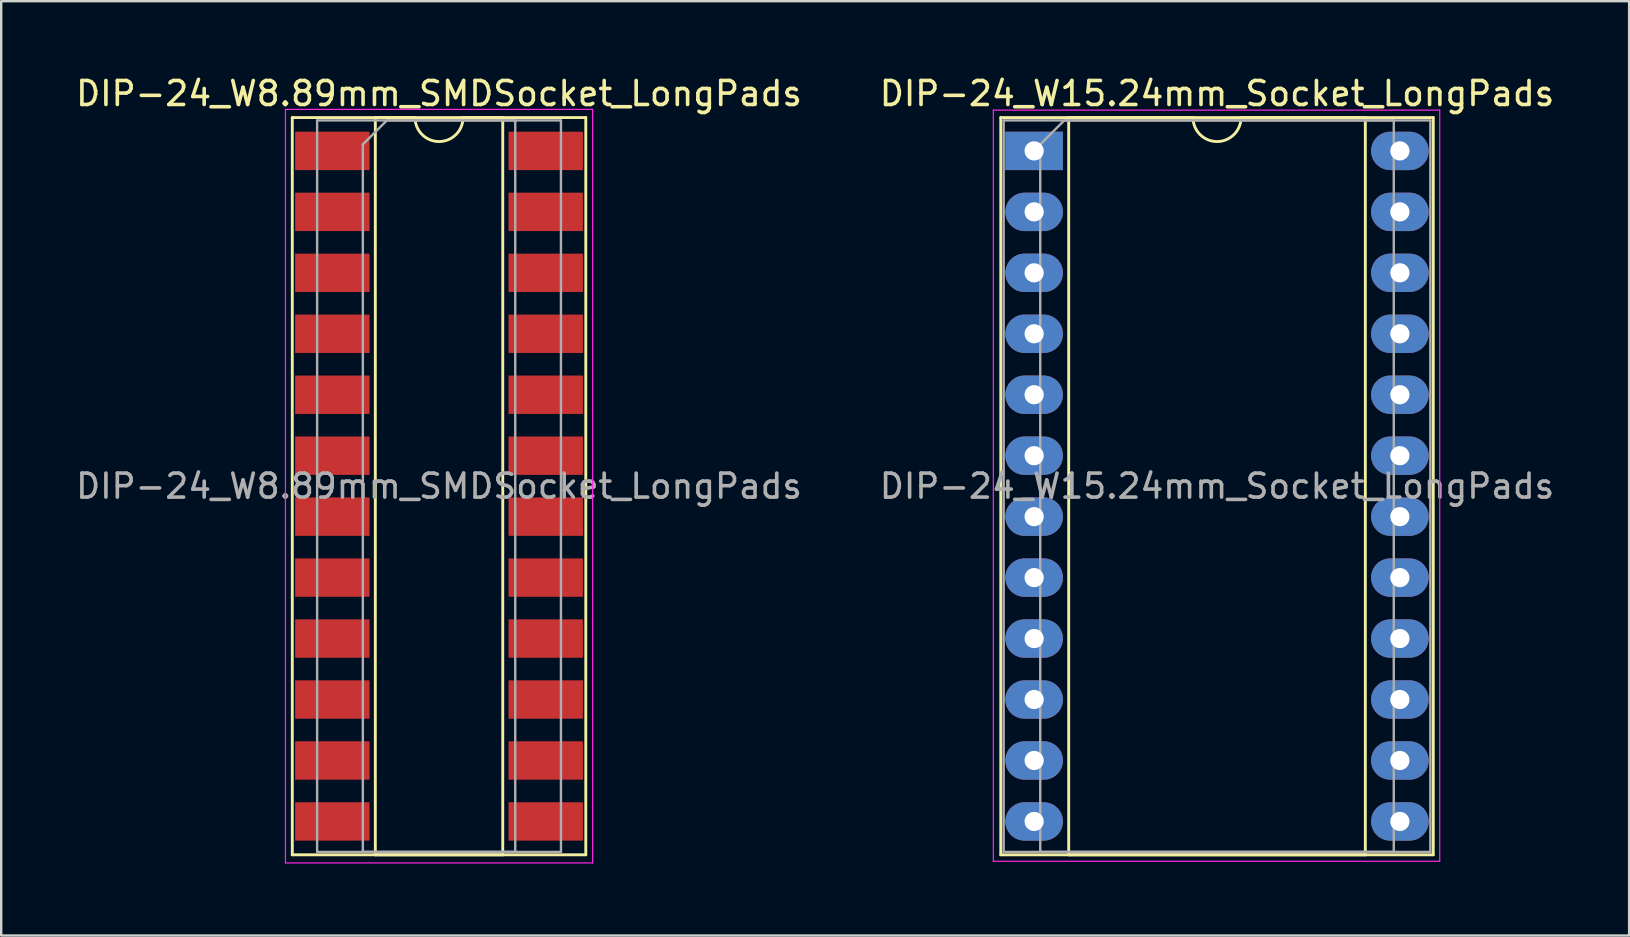
<source format=kicad_pcb>
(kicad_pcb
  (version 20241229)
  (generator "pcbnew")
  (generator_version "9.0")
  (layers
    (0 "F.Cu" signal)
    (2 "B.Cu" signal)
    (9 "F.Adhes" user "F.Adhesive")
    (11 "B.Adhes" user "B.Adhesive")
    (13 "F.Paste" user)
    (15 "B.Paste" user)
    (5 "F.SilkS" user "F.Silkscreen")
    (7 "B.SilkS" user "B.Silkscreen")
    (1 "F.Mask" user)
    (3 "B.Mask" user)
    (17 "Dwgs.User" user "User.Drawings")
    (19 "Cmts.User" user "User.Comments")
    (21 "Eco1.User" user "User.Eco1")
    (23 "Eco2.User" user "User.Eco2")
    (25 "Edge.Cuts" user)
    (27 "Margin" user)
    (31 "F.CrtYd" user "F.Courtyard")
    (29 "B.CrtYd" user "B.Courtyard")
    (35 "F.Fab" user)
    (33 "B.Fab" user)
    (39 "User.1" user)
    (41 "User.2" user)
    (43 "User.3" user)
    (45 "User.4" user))
  (footprint "DIP-24_W8.89mm_SMDSocket_LongPads"
    (layer "F.Cu")
    (at 15.244 17.208)
    (property "Reference" "DIP-24_W8.89mm_SMDSocket_LongPads" (at 0 -16.36 0) (layer "F.SilkS") (effects (font (size 1 1) (thickness 0.15))))
    (attr smd)
    (fp_line (start -6.115 -15.36) (end -6.115 15.36) (stroke (width 0.12) (type solid)) (layer "F.SilkS"))
    (fp_line (start -6.115 15.36) (end 6.115 15.36) (stroke (width 0.12) (type solid)) (layer "F.SilkS"))
    (fp_line (start -2.655 -15.36) (end -2.655 15.36) (stroke (width 0.12) (type solid)) (layer "F.SilkS"))
    (fp_line (start -2.655 15.36) (end 2.655 15.36) (stroke (width 0.12) (type solid)) (layer "F.SilkS"))
    (fp_line (start -1 -15.36) (end -2.655 -15.36) (stroke (width 0.12) (type solid)) (layer "F.SilkS"))
    (fp_line (start 2.655 -15.36) (end 1 -15.36) (stroke (width 0.12) (type solid)) (layer "F.SilkS"))
    (fp_line (start 2.655 15.36) (end 2.655 -15.36) (stroke (width 0.12) (type solid)) (layer "F.SilkS"))
    (fp_line (start 6.115 -15.36) (end -6.115 -15.36) (stroke (width 0.12) (type solid)) (layer "F.SilkS"))
    (fp_line (start 6.115 15.36) (end 6.115 -15.36) (stroke (width 0.12) (type solid)) (layer "F.SilkS"))
    (fp_arc (start 1 -15.36) (mid 0 -14.36) (end -1 -15.36) (stroke (width 0.12) (type solid)) (layer "F.SilkS"))
    (fp_line (start -6.4 -15.7) (end -6.4 15.7) (stroke (width 0.05) (type solid)) (layer "F.CrtYd"))
    (fp_line (start -6.4 15.7) (end 6.4 15.7) (stroke (width 0.05) (type solid)) (layer "F.CrtYd"))
    (fp_line (start 6.4 -15.7) (end -6.4 -15.7) (stroke (width 0.05) (type solid)) (layer "F.CrtYd"))
    (fp_line (start 6.4 15.7) (end 6.4 -15.7) (stroke (width 0.05) (type solid)) (layer "F.CrtYd"))
    (fp_line (start -5.08 -15.24) (end -5.08 15.24) (stroke (width 0.1) (type solid)) (layer "F.Fab"))
    (fp_line (start -5.08 15.24) (end 5.08 15.24) (stroke (width 0.1) (type solid)) (layer "F.Fab"))
    (fp_line (start -3.175 -14.24) (end -2.175 -15.24) (stroke (width 0.1) (type solid)) (layer "F.Fab"))
    (fp_line (start -3.175 15.24) (end -3.175 -14.24) (stroke (width 0.1) (type solid)) (layer "F.Fab"))
    (fp_line (start -2.175 -15.24) (end 3.175 -15.24) (stroke (width 0.1) (type solid)) (layer "F.Fab"))
    (fp_line (start 3.175 -15.24) (end 3.175 15.24) (stroke (width 0.1) (type solid)) (layer "F.Fab"))
    (fp_line (start 3.175 15.24) (end -3.175 15.24) (stroke (width 0.1) (type solid)) (layer "F.Fab"))
    (fp_line (start 5.08 -15.24) (end -5.08 -15.24) (stroke (width 0.1) (type solid)) (layer "F.Fab"))
    (fp_line (start 5.08 15.24) (end 5.08 -15.24) (stroke (width 0.1) (type solid)) (layer "F.Fab"))
    (fp_text user "${REFERENCE}" (at 0 0 0) (layer "F.Fab") (effects (font (size 1 1) (thickness 0.15))))
    (pad "1" smd rect (at -4.445 -13.97) (size 3.1 1.6) (layers "F.Cu" "F.Mask" "F.Paste"))
    (pad "2" smd rect (at -4.445 -11.43) (size 3.1 1.6) (layers "F.Cu" "F.Mask" "F.Paste"))
    (pad "3" smd rect (at -4.445 -8.89) (size 3.1 1.6) (layers "F.Cu" "F.Mask" "F.Paste"))
    (pad "4" smd rect (at -4.445 -6.35) (size 3.1 1.6) (layers "F.Cu" "F.Mask" "F.Paste"))
    (pad "5" smd rect (at -4.445 -3.81) (size 3.1 1.6) (layers "F.Cu" "F.Mask" "F.Paste"))
    (pad "6" smd rect (at -4.445 -1.27) (size 3.1 1.6) (layers "F.Cu" "F.Mask" "F.Paste"))
    (pad "7" smd rect (at -4.445 1.27) (size 3.1 1.6) (layers "F.Cu" "F.Mask" "F.Paste"))
    (pad "8" smd rect (at -4.445 3.81) (size 3.1 1.6) (layers "F.Cu" "F.Mask" "F.Paste"))
    (pad "9" smd rect (at -4.445 6.35) (size 3.1 1.6) (layers "F.Cu" "F.Mask" "F.Paste"))
    (pad "10" smd rect (at -4.445 8.89) (size 3.1 1.6) (layers "F.Cu" "F.Mask" "F.Paste"))
    (pad "11" smd rect (at -4.445 11.43) (size 3.1 1.6) (layers "F.Cu" "F.Mask" "F.Paste"))
    (pad "12" smd rect (at -4.445 13.97) (size 3.1 1.6) (layers "F.Cu" "F.Mask" "F.Paste"))
    (pad "13" smd rect (at 4.445 13.97) (size 3.1 1.6) (layers "F.Cu" "F.Mask" "F.Paste"))
    (pad "14" smd rect (at 4.445 11.43) (size 3.1 1.6) (layers "F.Cu" "F.Mask" "F.Paste"))
    (pad "15" smd rect (at 4.445 8.89) (size 3.1 1.6) (layers "F.Cu" "F.Mask" "F.Paste"))
    (pad "16" smd rect (at 4.445 6.35) (size 3.1 1.6) (layers "F.Cu" "F.Mask" "F.Paste"))
    (pad "17" smd rect (at 4.445 3.81) (size 3.1 1.6) (layers "F.Cu" "F.Mask" "F.Paste"))
    (pad "18" smd rect (at 4.445 1.27) (size 3.1 1.6) (layers "F.Cu" "F.Mask" "F.Paste"))
    (pad "19" smd rect (at 4.445 -1.27) (size 3.1 1.6) (layers "F.Cu" "F.Mask" "F.Paste"))
    (pad "20" smd rect (at 4.445 -3.81) (size 3.1 1.6) (layers "F.Cu" "F.Mask" "F.Paste"))
    (pad "21" smd rect (at 4.445 -6.35) (size 3.1 1.6) (layers "F.Cu" "F.Mask" "F.Paste"))
    (pad "22" smd rect (at 4.445 -8.89) (size 3.1 1.6) (layers "F.Cu" "F.Mask" "F.Paste"))
    (pad "23" smd rect (at 4.445 -11.43) (size 3.1 1.6) (layers "F.Cu" "F.Mask" "F.Paste"))
    (pad "24" smd rect (at 4.445 -13.97) (size 3.1 1.6) (layers "F.Cu" "F.Mask" "F.Paste")))
  (footprint "DIP-24_W15.24mm_Socket_LongPads"
    (layer "F.Cu")
    (at 40.041 3.238)
    (property "Reference" "DIP-24_W15.24mm_Socket_LongPads" (at 7.62 -2.39 0) (layer "F.SilkS") (effects (font (size 1 1) (thickness 0.15))))
    (attr through_hole)
    (fp_line (start -1.39 -1.39) (end -1.39 29.33) (stroke (width 0.12) (type solid)) (layer "F.SilkS"))
    (fp_line (start -1.39 29.33) (end 16.63 29.33) (stroke (width 0.12) (type solid)) (layer "F.SilkS"))
    (fp_line (start 1.44 -1.39) (end 1.44 29.33) (stroke (width 0.12) (type solid)) (layer "F.SilkS"))
    (fp_line (start 1.44 29.33) (end 13.8 29.33) (stroke (width 0.12) (type solid)) (layer "F.SilkS"))
    (fp_line (start 6.62 -1.39) (end 1.44 -1.39) (stroke (width 0.12) (type solid)) (layer "F.SilkS"))
    (fp_line (start 13.8 -1.39) (end 8.62 -1.39) (stroke (width 0.12) (type solid)) (layer "F.SilkS"))
    (fp_line (start 13.8 29.33) (end 13.8 -1.39) (stroke (width 0.12) (type solid)) (layer "F.SilkS"))
    (fp_line (start 16.63 -1.39) (end -1.39 -1.39) (stroke (width 0.12) (type solid)) (layer "F.SilkS"))
    (fp_line (start 16.63 29.33) (end 16.63 -1.39) (stroke (width 0.12) (type solid)) (layer "F.SilkS"))
    (fp_arc (start 8.62 -1.39) (mid 7.62 -0.39) (end 6.62 -1.39) (stroke (width 0.12) (type solid)) (layer "F.SilkS"))
    (fp_line (start -1.7 -1.7) (end -1.7 29.6) (stroke (width 0.05) (type solid)) (layer "F.CrtYd"))
    (fp_line (start -1.7 29.6) (end 16.9 29.6) (stroke (width 0.05) (type solid)) (layer "F.CrtYd"))
    (fp_line (start 16.9 -1.7) (end -1.7 -1.7) (stroke (width 0.05) (type solid)) (layer "F.CrtYd"))
    (fp_line (start 16.9 29.6) (end 16.9 -1.7) (stroke (width 0.05) (type solid)) (layer "F.CrtYd"))
    (fp_line (start -1.27 -1.27) (end -1.27 29.21) (stroke (width 0.1) (type solid)) (layer "F.Fab"))
    (fp_line (start -1.27 29.21) (end 16.51 29.21) (stroke (width 0.1) (type solid)) (layer "F.Fab"))
    (fp_line (start 0.255 -0.27) (end 1.255 -1.27) (stroke (width 0.1) (type solid)) (layer "F.Fab"))
    (fp_line (start 0.255 29.21) (end 0.255 -0.27) (stroke (width 0.1) (type solid)) (layer "F.Fab"))
    (fp_line (start 1.255 -1.27) (end 14.985 -1.27) (stroke (width 0.1) (type solid)) (layer "F.Fab"))
    (fp_line (start 14.985 -1.27) (end 14.985 29.21) (stroke (width 0.1) (type solid)) (layer "F.Fab"))
    (fp_line (start 14.985 29.21) (end 0.255 29.21) (stroke (width 0.1) (type solid)) (layer "F.Fab"))
    (fp_line (start 16.51 -1.27) (end -1.27 -1.27) (stroke (width 0.1) (type solid)) (layer "F.Fab"))
    (fp_line (start 16.51 29.21) (end 16.51 -1.27) (stroke (width 0.1) (type solid)) (layer "F.Fab"))
    (fp_text user "${REFERENCE}" (at 7.62 13.97 0) (layer "F.Fab") (effects (font (size 1 1) (thickness 0.15))))
    (pad "1" thru_hole rect (at 0 0) (size 2.4 1.6) (drill 0.8) (layers "*.Cu" "*.Mask"))
    (pad "2" thru_hole oval (at 0 2.54) (size 2.4 1.6) (drill 0.8) (layers "*.Cu" "*.Mask"))
    (pad "3" thru_hole oval (at 0 5.08) (size 2.4 1.6) (drill 0.8) (layers "*.Cu" "*.Mask"))
    (pad "4" thru_hole oval (at 0 7.62) (size 2.4 1.6) (drill 0.8) (layers "*.Cu" "*.Mask"))
    (pad "5" thru_hole oval (at 0 10.16) (size 2.4 1.6) (drill 0.8) (layers "*.Cu" "*.Mask"))
    (pad "6" thru_hole oval (at 0 12.7) (size 2.4 1.6) (drill 0.8) (layers "*.Cu" "*.Mask"))
    (pad "7" thru_hole oval (at 0 15.24) (size 2.4 1.6) (drill 0.8) (layers "*.Cu" "*.Mask"))
    (pad "8" thru_hole oval (at 0 17.78) (size 2.4 1.6) (drill 0.8) (layers "*.Cu" "*.Mask"))
    (pad "9" thru_hole oval (at 0 20.32) (size 2.4 1.6) (drill 0.8) (layers "*.Cu" "*.Mask"))
    (pad "10" thru_hole oval (at 0 22.86) (size 2.4 1.6) (drill 0.8) (layers "*.Cu" "*.Mask"))
    (pad "11" thru_hole oval (at 0 25.4) (size 2.4 1.6) (drill 0.8) (layers "*.Cu" "*.Mask"))
    (pad "12" thru_hole oval (at 0 27.94) (size 2.4 1.6) (drill 0.8) (layers "*.Cu" "*.Mask"))
    (pad "13" thru_hole oval (at 15.24 27.94) (size 2.4 1.6) (drill 0.8) (layers "*.Cu" "*.Mask"))
    (pad "14" thru_hole oval (at 15.24 25.4) (size 2.4 1.6) (drill 0.8) (layers "*.Cu" "*.Mask"))
    (pad "15" thru_hole oval (at 15.24 22.86) (size 2.4 1.6) (drill 0.8) (layers "*.Cu" "*.Mask"))
    (pad "16" thru_hole oval (at 15.24 20.32) (size 2.4 1.6) (drill 0.8) (layers "*.Cu" "*.Mask"))
    (pad "17" thru_hole oval (at 15.24 17.78) (size 2.4 1.6) (drill 0.8) (layers "*.Cu" "*.Mask"))
    (pad "18" thru_hole oval (at 15.24 15.24) (size 2.4 1.6) (drill 0.8) (layers "*.Cu" "*.Mask"))
    (pad "19" thru_hole oval (at 15.24 12.7) (size 2.4 1.6) (drill 0.8) (layers "*.Cu" "*.Mask"))
    (pad "20" thru_hole oval (at 15.24 10.16) (size 2.4 1.6) (drill 0.8) (layers "*.Cu" "*.Mask"))
    (pad "21" thru_hole oval (at 15.24 7.62) (size 2.4 1.6) (drill 0.8) (layers "*.Cu" "*.Mask"))
    (pad "22" thru_hole oval (at 15.24 5.08) (size 2.4 1.6) (drill 0.8) (layers "*.Cu" "*.Mask"))
    (pad "23" thru_hole oval (at 15.24 2.54) (size 2.4 1.6) (drill 0.8) (layers "*.Cu" "*.Mask"))
    (pad "24" thru_hole oval (at 15.24 0) (size 2.4 1.6) (drill 0.8) (layers "*.Cu" "*.Mask")))
  (gr_rect
    (start -3 -3)
    (end 64.833 35.933)
    (stroke (width 0.1) (type default))
    (fill no)
    (layer "Edge.Cuts")))
</source>
